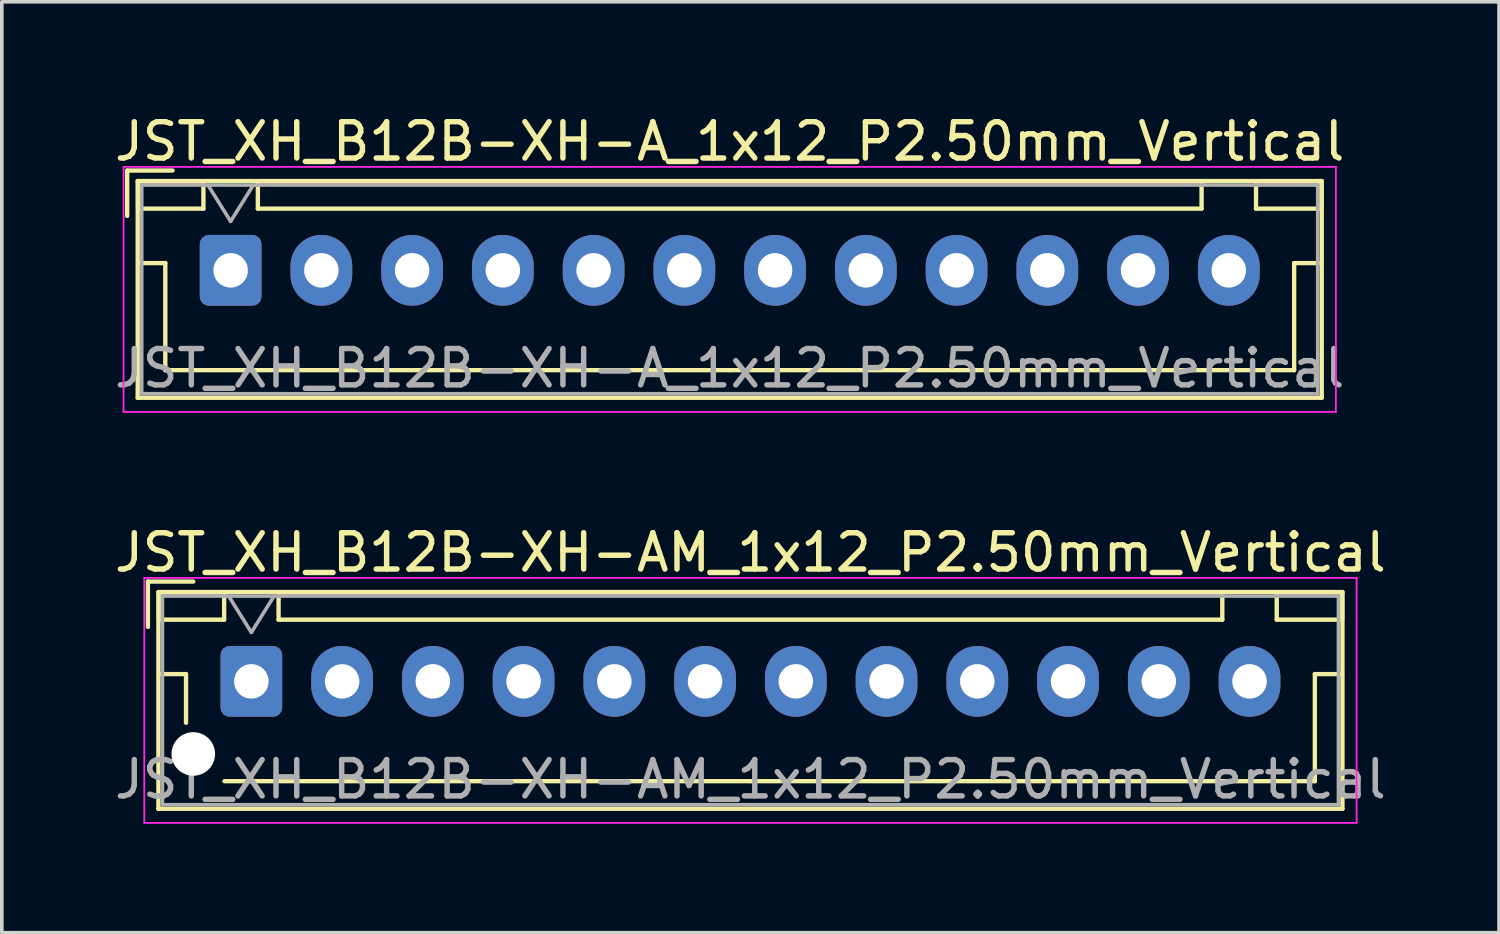
<source format=kicad_pcb>
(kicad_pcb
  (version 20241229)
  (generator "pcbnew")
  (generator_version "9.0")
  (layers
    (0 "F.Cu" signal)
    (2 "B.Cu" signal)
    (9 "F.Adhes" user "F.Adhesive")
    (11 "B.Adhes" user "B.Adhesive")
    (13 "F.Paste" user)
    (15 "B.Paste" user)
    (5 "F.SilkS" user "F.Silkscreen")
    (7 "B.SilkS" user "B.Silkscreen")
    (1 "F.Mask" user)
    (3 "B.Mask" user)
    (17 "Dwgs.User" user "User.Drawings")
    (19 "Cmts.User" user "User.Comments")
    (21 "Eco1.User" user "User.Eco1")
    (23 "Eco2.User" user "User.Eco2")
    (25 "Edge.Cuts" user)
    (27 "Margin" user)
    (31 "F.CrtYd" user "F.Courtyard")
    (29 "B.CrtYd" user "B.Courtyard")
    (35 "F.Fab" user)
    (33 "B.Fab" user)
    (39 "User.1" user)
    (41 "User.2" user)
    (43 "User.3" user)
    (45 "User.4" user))
  (footprint "JST_XH_B12B-XH-A_1x12_P2.50mm_Vertical"
    (layer "F.Cu")
    (at 3.304 4.398)
    (property "Reference" "JST_XH_B12B-XH-A_1x12_P2.50mm_Vertical" (at 13.75 -3.55 0) (layer "F.SilkS") (effects (font (size 1 1) (thickness 0.15))))
    (attr through_hole)
    (fp_line (start -2.85 -2.75) (end -2.85 -1.5) (stroke (width 0.12) (type solid)) (layer "F.SilkS"))
    (fp_line (start -2.56 -2.46) (end -2.56 3.51) (stroke (width 0.12) (type solid)) (layer "F.SilkS"))
    (fp_line (start -2.56 3.51) (end 30.06 3.51) (stroke (width 0.12) (type solid)) (layer "F.SilkS"))
    (fp_line (start -2.55 -2.45) (end -2.55 -1.7) (stroke (width 0.12) (type solid)) (layer "F.SilkS"))
    (fp_line (start -2.55 -1.7) (end -0.75 -1.7) (stroke (width 0.12) (type solid)) (layer "F.SilkS"))
    (fp_line (start -2.55 -0.2) (end -1.8 -0.2) (stroke (width 0.12) (type solid)) (layer "F.SilkS"))
    (fp_line (start -1.8 -0.2) (end -1.8 2.75) (stroke (width 0.12) (type solid)) (layer "F.SilkS"))
    (fp_line (start -1.8 2.75) (end 13.75 2.75) (stroke (width 0.12) (type solid)) (layer "F.SilkS"))
    (fp_line (start -1.6 -2.75) (end -2.85 -2.75) (stroke (width 0.12) (type solid)) (layer "F.SilkS"))
    (fp_line (start -0.75 -2.45) (end -2.55 -2.45) (stroke (width 0.12) (type solid)) (layer "F.SilkS"))
    (fp_line (start -0.75 -1.7) (end -0.75 -2.45) (stroke (width 0.12) (type solid)) (layer "F.SilkS"))
    (fp_line (start 0.75 -2.45) (end 0.75 -1.7) (stroke (width 0.12) (type solid)) (layer "F.SilkS"))
    (fp_line (start 0.75 -1.7) (end 26.75 -1.7) (stroke (width 0.12) (type solid)) (layer "F.SilkS"))
    (fp_line (start 26.75 -2.45) (end 0.75 -2.45) (stroke (width 0.12) (type solid)) (layer "F.SilkS"))
    (fp_line (start 26.75 -1.7) (end 26.75 -2.45) (stroke (width 0.12) (type solid)) (layer "F.SilkS"))
    (fp_line (start 28.25 -2.45) (end 28.25 -1.7) (stroke (width 0.12) (type solid)) (layer "F.SilkS"))
    (fp_line (start 28.25 -1.7) (end 30.05 -1.7) (stroke (width 0.12) (type solid)) (layer "F.SilkS"))
    (fp_line (start 29.3 -0.2) (end 29.3 2.75) (stroke (width 0.12) (type solid)) (layer "F.SilkS"))
    (fp_line (start 29.3 2.75) (end 13.75 2.75) (stroke (width 0.12) (type solid)) (layer "F.SilkS"))
    (fp_line (start 30.05 -2.45) (end 28.25 -2.45) (stroke (width 0.12) (type solid)) (layer "F.SilkS"))
    (fp_line (start 30.05 -1.7) (end 30.05 -2.45) (stroke (width 0.12) (type solid)) (layer "F.SilkS"))
    (fp_line (start 30.05 -0.2) (end 29.3 -0.2) (stroke (width 0.12) (type solid)) (layer "F.SilkS"))
    (fp_line (start 30.06 -2.46) (end -2.56 -2.46) (stroke (width 0.12) (type solid)) (layer "F.SilkS"))
    (fp_line (start 30.06 3.51) (end 30.06 -2.46) (stroke (width 0.12) (type solid)) (layer "F.SilkS"))
    (fp_line (start -2.95 -2.85) (end -2.95 3.9) (stroke (width 0.05) (type solid)) (layer "F.CrtYd"))
    (fp_line (start -2.95 3.9) (end 30.45 3.9) (stroke (width 0.05) (type solid)) (layer "F.CrtYd"))
    (fp_line (start 30.45 -2.85) (end -2.95 -2.85) (stroke (width 0.05) (type solid)) (layer "F.CrtYd"))
    (fp_line (start 30.45 3.9) (end 30.45 -2.85) (stroke (width 0.05) (type solid)) (layer "F.CrtYd"))
    (fp_line (start -2.45 -2.35) (end -2.45 3.4) (stroke (width 0.1) (type solid)) (layer "F.Fab"))
    (fp_line (start -2.45 3.4) (end 29.95 3.4) (stroke (width 0.1) (type solid)) (layer "F.Fab"))
    (fp_line (start -0.625 -2.35) (end 0 -1.35) (stroke (width 0.1) (type solid)) (layer "F.Fab"))
    (fp_line (start 0 -1.35) (end 0.625 -2.35) (stroke (width 0.1) (type solid)) (layer "F.Fab"))
    (fp_line (start 29.95 -2.35) (end -2.45 -2.35) (stroke (width 0.1) (type solid)) (layer "F.Fab"))
    (fp_line (start 29.95 3.4) (end 29.95 -2.35) (stroke (width 0.1) (type solid)) (layer "F.Fab"))
    (fp_text user "${REFERENCE}" (at 13.75 2.7 0) (layer "F.Fab") (effects (font (size 1 1) (thickness 0.15))))
    (pad "1" thru_hole roundrect (at 0 0) (size 1.7 1.95) (drill 0.95) (layers "*.Cu" "*.Mask") (roundrect_rratio 0.147))
    (pad "2" thru_hole oval (at 2.5 0) (size 1.7 1.95) (drill 0.95) (layers "*.Cu" "*.Mask"))
    (pad "3" thru_hole oval (at 5 0) (size 1.7 1.95) (drill 0.95) (layers "*.Cu" "*.Mask"))
    (pad "4" thru_hole oval (at 7.5 0) (size 1.7 1.95) (drill 0.95) (layers "*.Cu" "*.Mask"))
    (pad "5" thru_hole oval (at 10 0) (size 1.7 1.95) (drill 0.95) (layers "*.Cu" "*.Mask"))
    (pad "6" thru_hole oval (at 12.5 0) (size 1.7 1.95) (drill 0.95) (layers "*.Cu" "*.Mask"))
    (pad "7" thru_hole oval (at 15 0) (size 1.7 1.95) (drill 0.95) (layers "*.Cu" "*.Mask"))
    (pad "8" thru_hole oval (at 17.5 0) (size 1.7 1.95) (drill 0.95) (layers "*.Cu" "*.Mask"))
    (pad "9" thru_hole oval (at 20 0) (size 1.7 1.95) (drill 0.95) (layers "*.Cu" "*.Mask"))
    (pad "10" thru_hole oval (at 22.5 0) (size 1.7 1.95) (drill 0.95) (layers "*.Cu" "*.Mask"))
    (pad "11" thru_hole oval (at 25 0) (size 1.7 1.95) (drill 0.95) (layers "*.Cu" "*.Mask"))
    (pad "12" thru_hole oval (at 27.5 0) (size 1.7 1.95) (drill 0.95) (layers "*.Cu" "*.Mask")))
  (footprint "JST_XH_B12B-XH-AM_1x12_P2.50mm_Vertical"
    (layer "F.Cu")
    (at 3.875 15.722)
    (property "Reference" "JST_XH_B12B-XH-AM_1x12_P2.50mm_Vertical" (at 13.75 -3.55 0) (layer "F.SilkS") (effects (font (size 1 1) (thickness 0.15))))
    (attr through_hole)
    (fp_line (start -2.85 -2.75) (end -2.85 -1.5) (stroke (width 0.12) (type solid)) (layer "F.SilkS"))
    (fp_line (start -2.56 -2.46) (end -2.56 3.51) (stroke (width 0.12) (type solid)) (layer "F.SilkS"))
    (fp_line (start -2.56 3.51) (end 30.06 3.51) (stroke (width 0.12) (type solid)) (layer "F.SilkS"))
    (fp_line (start -2.55 -2.45) (end -2.55 -1.7) (stroke (width 0.12) (type solid)) (layer "F.SilkS"))
    (fp_line (start -2.55 -1.7) (end -0.75 -1.7) (stroke (width 0.12) (type solid)) (layer "F.SilkS"))
    (fp_line (start -2.55 -0.2) (end -1.8 -0.2) (stroke (width 0.12) (type solid)) (layer "F.SilkS"))
    (fp_line (start -1.8 -0.2) (end -1.8 1.14) (stroke (width 0.12) (type solid)) (layer "F.SilkS"))
    (fp_line (start -1.6 -2.75) (end -2.85 -2.75) (stroke (width 0.12) (type solid)) (layer "F.SilkS"))
    (fp_line (start -0.75 -2.45) (end -2.55 -2.45) (stroke (width 0.12) (type solid)) (layer "F.SilkS"))
    (fp_line (start -0.75 -1.7) (end -0.75 -2.45) (stroke (width 0.12) (type solid)) (layer "F.SilkS"))
    (fp_line (start 0.75 -2.45) (end 0.75 -1.7) (stroke (width 0.12) (type solid)) (layer "F.SilkS"))
    (fp_line (start 0.75 -1.7) (end 26.75 -1.7) (stroke (width 0.12) (type solid)) (layer "F.SilkS"))
    (fp_line (start 13.75 2.75) (end -0.74 2.75) (stroke (width 0.12) (type solid)) (layer "F.SilkS"))
    (fp_line (start 26.75 -2.45) (end 0.75 -2.45) (stroke (width 0.12) (type solid)) (layer "F.SilkS"))
    (fp_line (start 26.75 -1.7) (end 26.75 -2.45) (stroke (width 0.12) (type solid)) (layer "F.SilkS"))
    (fp_line (start 28.25 -2.45) (end 28.25 -1.7) (stroke (width 0.12) (type solid)) (layer "F.SilkS"))
    (fp_line (start 28.25 -1.7) (end 30.05 -1.7) (stroke (width 0.12) (type solid)) (layer "F.SilkS"))
    (fp_line (start 29.3 -0.2) (end 29.3 2.75) (stroke (width 0.12) (type solid)) (layer "F.SilkS"))
    (fp_line (start 29.3 2.75) (end 13.75 2.75) (stroke (width 0.12) (type solid)) (layer "F.SilkS"))
    (fp_line (start 30.05 -2.45) (end 28.25 -2.45) (stroke (width 0.12) (type solid)) (layer "F.SilkS"))
    (fp_line (start 30.05 -1.7) (end 30.05 -2.45) (stroke (width 0.12) (type solid)) (layer "F.SilkS"))
    (fp_line (start 30.05 -0.2) (end 29.3 -0.2) (stroke (width 0.12) (type solid)) (layer "F.SilkS"))
    (fp_line (start 30.06 -2.46) (end -2.56 -2.46) (stroke (width 0.12) (type solid)) (layer "F.SilkS"))
    (fp_line (start 30.06 3.51) (end 30.06 -2.46) (stroke (width 0.12) (type solid)) (layer "F.SilkS"))
    (fp_line (start -2.95 -2.85) (end -2.95 3.9) (stroke (width 0.05) (type solid)) (layer "F.CrtYd"))
    (fp_line (start -2.95 3.9) (end 30.45 3.9) (stroke (width 0.05) (type solid)) (layer "F.CrtYd"))
    (fp_line (start 30.45 -2.85) (end -2.95 -2.85) (stroke (width 0.05) (type solid)) (layer "F.CrtYd"))
    (fp_line (start 30.45 3.9) (end 30.45 -2.85) (stroke (width 0.05) (type solid)) (layer "F.CrtYd"))
    (fp_line (start -2.45 -2.35) (end -2.45 3.4) (stroke (width 0.1) (type solid)) (layer "F.Fab"))
    (fp_line (start -2.45 3.4) (end 29.95 3.4) (stroke (width 0.1) (type solid)) (layer "F.Fab"))
    (fp_line (start -0.625 -2.35) (end 0 -1.35) (stroke (width 0.1) (type solid)) (layer "F.Fab"))
    (fp_line (start 0 -1.35) (end 0.625 -2.35) (stroke (width 0.1) (type solid)) (layer "F.Fab"))
    (fp_line (start 29.95 -2.35) (end -2.45 -2.35) (stroke (width 0.1) (type solid)) (layer "F.Fab"))
    (fp_line (start 29.95 3.4) (end 29.95 -2.35) (stroke (width 0.1) (type solid)) (layer "F.Fab"))
    (fp_text user "${REFERENCE}" (at 13.75 2.7 0) (layer "F.Fab") (effects (font (size 1 1) (thickness 0.15))))
    (pad "" np_thru_hole circle (at -1.6 2) (size 1.2 1.2) (drill 1.2) (layers "*.Cu" "*.Mask"))
    (pad "1" thru_hole roundrect (at 0 0) (size 1.7 1.95) (drill 0.95) (layers "*.Cu" "*.Mask") (roundrect_rratio 0.147))
    (pad "2" thru_hole oval (at 2.5 0) (size 1.7 1.95) (drill 0.95) (layers "*.Cu" "*.Mask"))
    (pad "3" thru_hole oval (at 5 0) (size 1.7 1.95) (drill 0.95) (layers "*.Cu" "*.Mask"))
    (pad "4" thru_hole oval (at 7.5 0) (size 1.7 1.95) (drill 0.95) (layers "*.Cu" "*.Mask"))
    (pad "5" thru_hole oval (at 10 0) (size 1.7 1.95) (drill 0.95) (layers "*.Cu" "*.Mask"))
    (pad "6" thru_hole oval (at 12.5 0) (size 1.7 1.95) (drill 0.95) (layers "*.Cu" "*.Mask"))
    (pad "7" thru_hole oval (at 15 0) (size 1.7 1.95) (drill 0.95) (layers "*.Cu" "*.Mask"))
    (pad "8" thru_hole oval (at 17.5 0) (size 1.7 1.95) (drill 0.95) (layers "*.Cu" "*.Mask"))
    (pad "9" thru_hole oval (at 20 0) (size 1.7 1.95) (drill 0.95) (layers "*.Cu" "*.Mask"))
    (pad "10" thru_hole oval (at 22.5 0) (size 1.7 1.95) (drill 0.95) (layers "*.Cu" "*.Mask"))
    (pad "11" thru_hole oval (at 25 0) (size 1.7 1.95) (drill 0.95) (layers "*.Cu" "*.Mask"))
    (pad "12" thru_hole oval (at 27.5 0) (size 1.7 1.95) (drill 0.95) (layers "*.Cu" "*.Mask")))
  (gr_rect
    (start -3 -3)
    (end 38.25 22.646)
    (stroke (width 0.1) (type default))
    (fill no)
    (layer "Edge.Cuts")))
</source>
